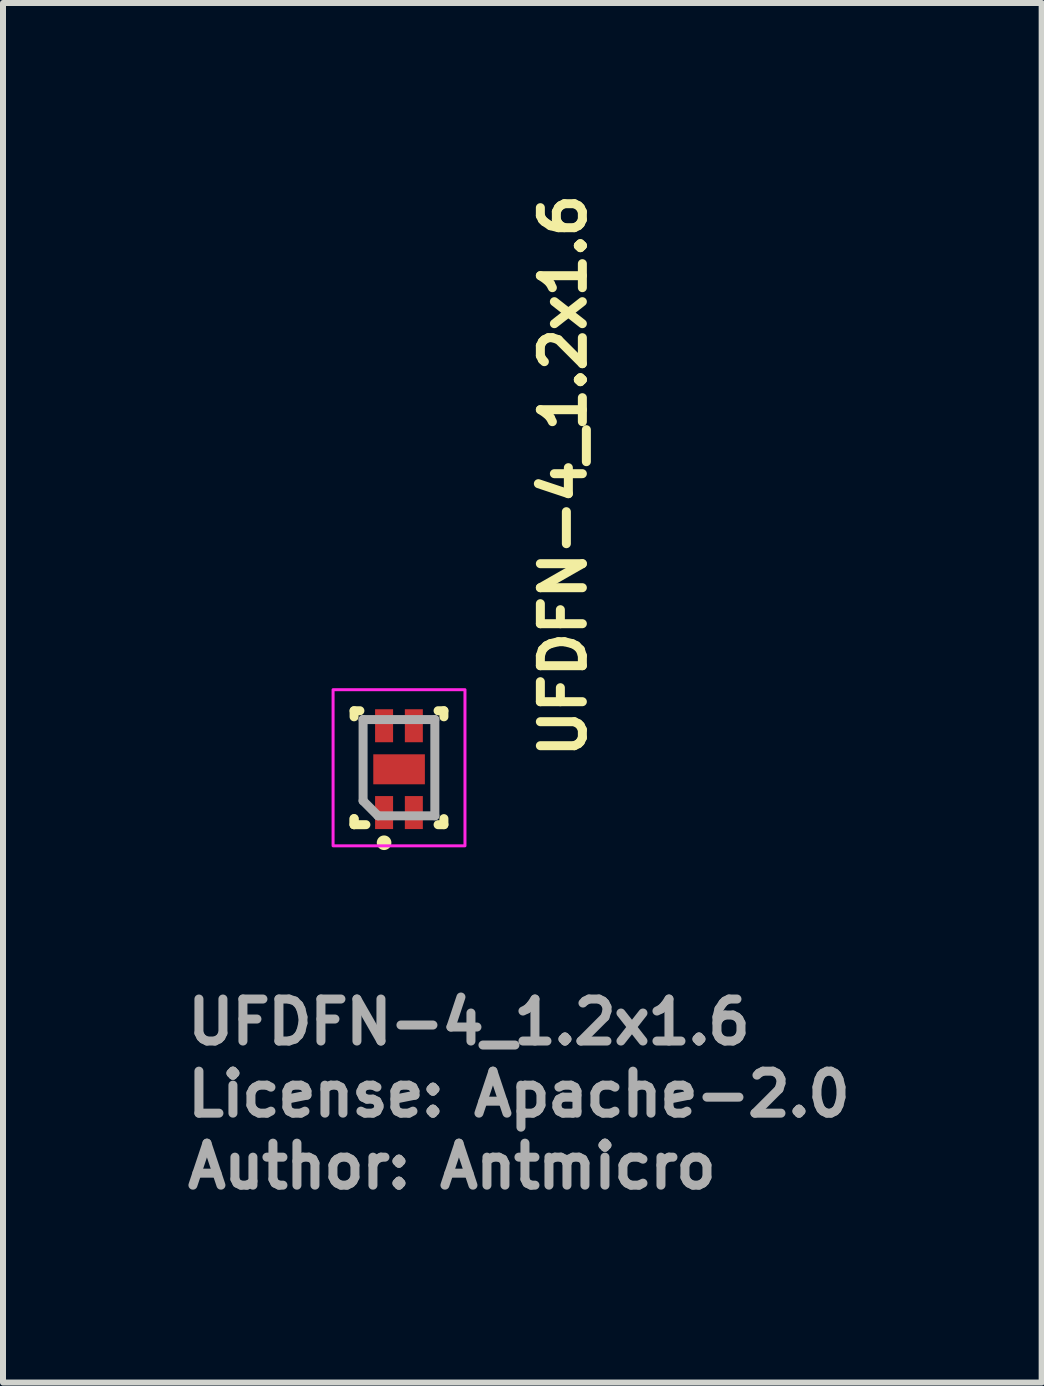
<source format=kicad_pcb>
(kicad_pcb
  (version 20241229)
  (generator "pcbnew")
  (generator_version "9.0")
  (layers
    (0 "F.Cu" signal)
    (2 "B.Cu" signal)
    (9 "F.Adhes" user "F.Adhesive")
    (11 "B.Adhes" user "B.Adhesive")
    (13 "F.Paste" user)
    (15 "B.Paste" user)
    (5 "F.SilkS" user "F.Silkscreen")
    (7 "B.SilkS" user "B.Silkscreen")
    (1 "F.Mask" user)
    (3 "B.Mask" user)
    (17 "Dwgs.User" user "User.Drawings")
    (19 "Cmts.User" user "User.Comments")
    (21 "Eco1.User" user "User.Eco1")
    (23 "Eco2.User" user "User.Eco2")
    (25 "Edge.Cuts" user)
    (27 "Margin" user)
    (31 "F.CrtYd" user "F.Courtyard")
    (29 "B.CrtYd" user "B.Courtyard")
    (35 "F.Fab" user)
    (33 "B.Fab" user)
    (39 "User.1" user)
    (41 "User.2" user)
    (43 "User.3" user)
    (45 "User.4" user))
  (footprint "UFDFN-4_1.2x1.6"
    (layer "F.Cu")
    (at 3.601 9.746)
    (property "Reference" "UFDFN-4_1.2x1.6" (at 3.148 -0.103 270) (layer "F.SilkS") (effects (font (size 0.7 0.7) (thickness 0.15)) (justify left bottom)))
    (attr smd)
    (fp_line (start -0.75 -0.951) (end -0.653 -0.951) (stroke (width 0.15) (type solid)) (layer "F.SilkS"))
    (fp_line (start -0.75 -0.85) (end -0.75 -0.951) (stroke (width 0.15) (type solid)) (layer "F.SilkS"))
    (fp_line (start -0.75 0.847) (end -0.75 0.948) (stroke (width 0.15) (type solid)) (layer "F.SilkS"))
    (fp_line (start -0.75 0.847) (end -0.75 0.948) (stroke (width 0.15) (type solid)) (layer "F.SilkS"))
    (fp_line (start -0.553 0.948) (end -0.75 0.948) (stroke (width 0.15) (type solid)) (layer "F.SilkS"))
    (fp_line (start 0.747 -0.951) (end 0.65 -0.951) (stroke (width 0.15) (type solid)) (layer "F.SilkS"))
    (fp_line (start 0.747 -0.85) (end 0.747 -0.951) (stroke (width 0.15) (type solid)) (layer "F.SilkS"))
    (fp_line (start 0.747 0.847) (end 0.747 0.948) (stroke (width 0.15) (type solid)) (layer "F.SilkS"))
    (fp_line (start 0.747 0.948) (end 0.65 0.948) (stroke (width 0.15) (type solid)) (layer "F.SilkS"))
    (fp_circle (center -0.25 1.249) (end -0.203 1.249) (stroke (width 0.15) (type solid)) (fill yes) (layer "F.SilkS"))
    (fp_rect (start -1.1 -1.302) (end 1.098 1.3) (stroke (width 0.05) (type solid)) (fill no) (layer "F.CrtYd"))
    (fp_line (start -0.6 -0.804) (end -0.6 0.55) (stroke (width 0.15) (type solid)) (layer "F.Fab"))
    (fp_line (start -0.6 -0.804) (end 0.596 -0.804) (stroke (width 0.15) (type solid)) (layer "F.Fab"))
    (fp_line (start -0.351 0.8) (end -0.6 0.55) (stroke (width 0.15) (type solid)) (layer "F.Fab"))
    (fp_line (start -0.351 0.8) (end 0.596 0.8) (stroke (width 0.15) (type solid)) (layer "F.Fab"))
    (fp_line (start 0.596 -0.804) (end 0.596 0.8) (stroke (width 0.15) (type solid)) (layer "F.Fab"))
    (fp_rect (start -0.6 -0.802) (end 0.598 0.8) (stroke (width 0.1) (type solid)) (fill no) (layer "User.5"))
    (fp_line (start -0.6 -0.802) (end -0.6 0.8) (stroke (width 0.02) (type solid)) (layer "User.9"))
    (fp_line (start -0.6 0.8) (end 0.598 0.8) (stroke (width 0.02) (type solid)) (layer "User.9"))
    (fp_line (start 0.598 -0.802) (end -0.6 -0.802) (stroke (width 0.02) (type solid)) (layer "User.9"))
    (fp_line (start 0.598 0.8) (end 0.598 -0.802) (stroke (width 0.02) (type solid)) (layer "User.9"))
    (fp_text user "${REFERENCE}" (at -3.601 4.647 0) (layer "F.Fab") (effects (font (size 0.7 0.7) (thickness 0.15)) (justify left bottom)))
    (fp_text user "Author: Antmicro" (at -3.601 7.049 0) (layer "F.Fab") (effects (font (size 0.7 0.7) (thickness 0.15)) (justify left bottom)))
    (fp_text user "License: Apache-2.0" (at -3.601 5.849 0) (layer "F.Fab") (effects (font (size 0.7 0.7) (thickness 0.15)) (justify left bottom)))
    (pad "1" smd rect (at -0.25 0.746) (size 0.3 0.55) (layers "F.Cu" "F.Mask" "F.Paste"))
    (pad "2" smd rect (at 0.246 0.746) (size 0.3 0.55) (layers "F.Cu" "F.Mask" "F.Paste"))
    (pad "3" smd rect (at 0.246 -0.701) (size 0.3 0.55) (layers "F.Cu" "F.Mask" "F.Paste"))
    (pad "4" smd rect (at -0.25 -0.701) (size 0.3 0.55) (layers "F.Cu" "F.Mask" "F.Paste"))
    (pad "5" smd rect (at 0 0.025 270) (size 0.5 0.86) (layers "F.Cu" "F.Mask" "F.Paste")))
  (gr_rect
    (start -3 -3)
    (end 14.31 19.991)
    (stroke (width 0.1) (type default))
    (fill no)
    (layer "Edge.Cuts")))
</source>
